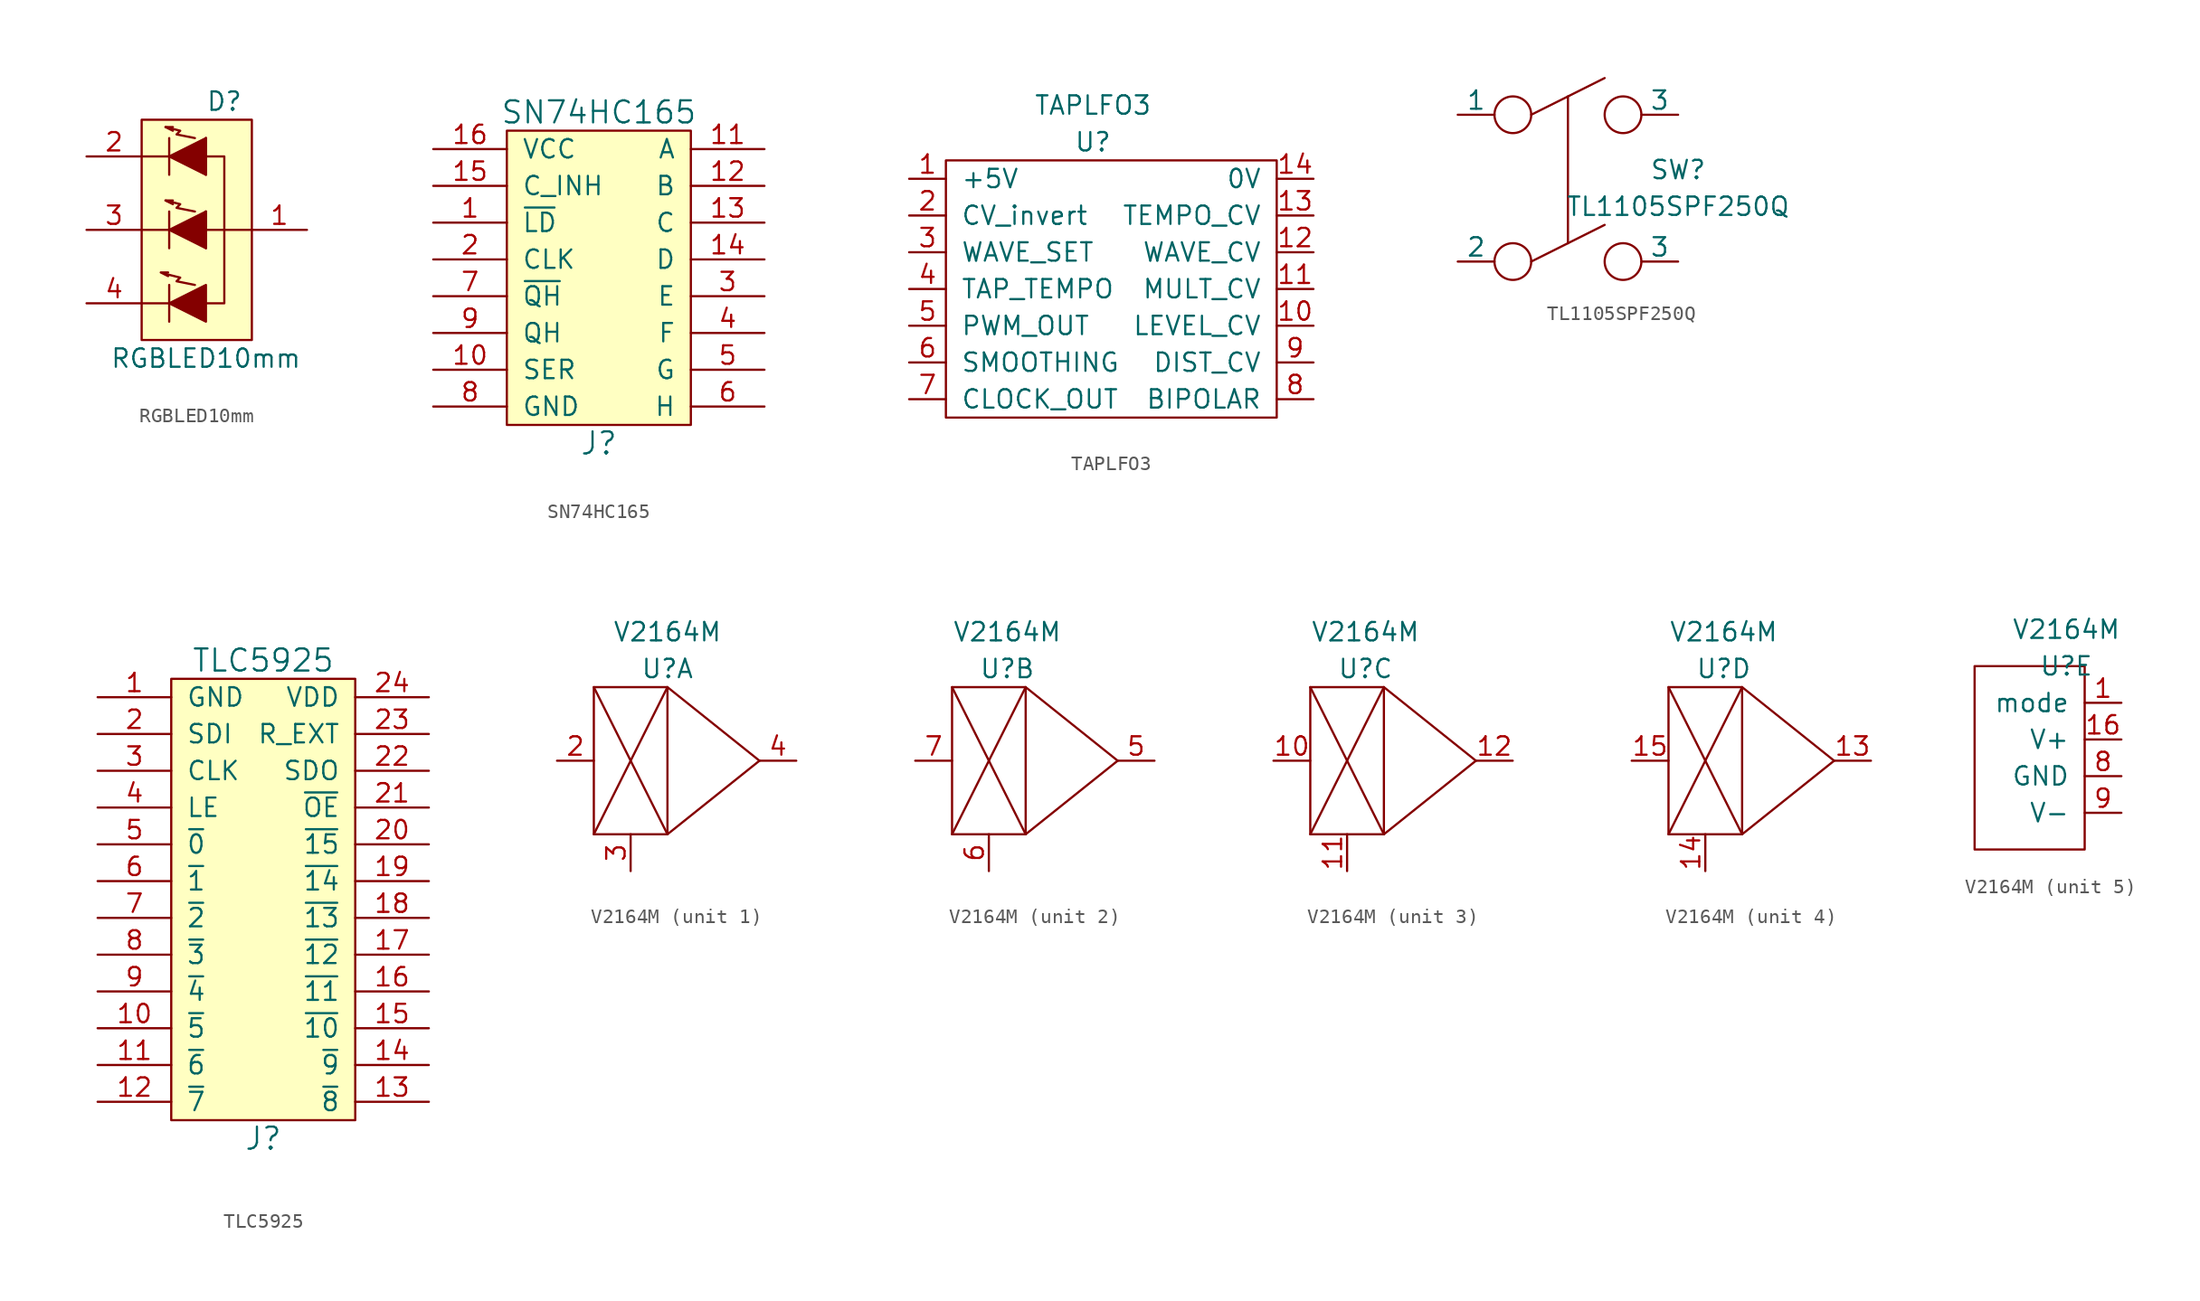
<source format=kicad_sym>
(kicad_symbol_lib
  (version 20211014)
  (generator kicad_symbol_editor)
  (symbol "RGBLED10mm"
    (pin_names
      (offset 1.27) hide)
    (property "Reference" "D"
      (at 1.905 8.89 0)
      (effects (font (size 1.27 1.27))))
    (property "Value" "RGBLED10mm"
      (at 0.635 -8.89 0)
      (effects (font (size 1.27 1.27))))
    (property "Footprint" ""
      (at -1.27 -1.27 0)
      (effects (font (size 1.27 1.27))))
    (property "Datasheet" ""
      (at -1.27 -1.27 0)
      (effects (font (size 1.27 1.27))))
    (symbol "RGBLED10mm_0_1"
      (polyline (pts (xy -1.905 -5.08) (xy -3.81 -5.08)) (stroke (width 0) (type default) (color 0 0 0 0)) (fill (type none)))
      (polyline (pts (xy -1.905 -3.81) (xy -1.905 -6.35)) (stroke (width 0) (type default) (color 0 0 0 0)) (fill (type none)))
      (polyline (pts (xy -1.905 0) (xy -3.81 0)) (stroke (width 0) (type default) (color 0 0 0 0)) (fill (type none)))
      (polyline (pts (xy -1.905 5.08) (xy -3.81 5.08)) (stroke (width 0) (type default) (color 0 0 0 0)) (fill (type none)))
      (polyline (pts (xy 0.635 0) (xy 3.81 0)) (stroke (width 0) (type default) (color 0 0 0 0)) (fill (type none)))
      (polyline (pts (xy -1.905 1.27) (xy -1.905 -1.27) (xy -1.905 -1.27)) (stroke (width 0) (type default) (color 0 0 0 0)) (fill (type none)))
      (polyline (pts (xy -1.905 6.35) (xy -1.905 3.81) (xy -1.905 3.81)) (stroke (width 0) (type default) (color 0 0 0 0)) (fill (type none)))
      (polyline (pts (xy -1.981 -2.946) (xy -2.489 -2.946) (xy -1.981 -3.2) (xy -1.981 -3.2)) (stroke (width 0) (type default) (color 0 0 0 0)) (fill (type none)))
      (polyline (pts (xy -1.651 2.032) (xy -2.159 2.032) (xy -1.651 1.778) (xy -1.651 1.778)) (stroke (width 0) (type default) (color 0 0 0 0)) (fill (type none)))
      (polyline (pts (xy -1.651 7.112) (xy -2.159 7.112) (xy -1.651 6.858) (xy -1.651 6.858)) (stroke (width 0) (type default) (color 0 0 0 0)) (fill (type none)))
      (polyline (pts (xy 0.635 5.08) (xy 1.905 5.08) (xy 1.905 -5.08) (xy 0.635 -5.08)) (stroke (width 0) (type default) (color 0 0 0 0)) (fill (type none)))
      (polyline (pts (xy -0.127 -3.81) (xy -1.397 -3.556) (xy -1.143 -3.302) (xy -2.159 -3.048) (xy -2.159 -3.048)) (stroke (width 0) (type default) (color 0 0 0 0)) (fill (type none)))
      (polyline (pts (xy 0.635 -3.81) (xy 0.635 -6.35) (xy -1.905 -5.08) (xy 0.635 -3.81) (xy 0.635 -3.81)) (stroke (width 0) (type default) (color 0 0 0 0)) (fill (type outline)))
      (polyline (pts (xy -0.127 1.27) (xy -1.397 1.524) (xy -1.143 1.778) (xy -2.159 2.032) (xy -2.159 2.032) (xy -2.159 2.032)) (stroke (width 0) (type default) (color 0 0 0 0)) (fill (type none)))
      (polyline (pts (xy -0.127 6.35) (xy -1.397 6.604) (xy -1.143 6.858) (xy -2.159 7.112) (xy -2.159 7.112) (xy -2.159 7.112)) (stroke (width 0) (type default) (color 0 0 0 0)) (fill (type none)))
      (polyline (pts (xy 0.635 1.27) (xy 0.635 -1.27) (xy -1.905 0) (xy 0.635 1.27) (xy 0.635 1.27) (xy 0.635 1.27)) (stroke (width 0) (type default) (color 0 0 0 0)) (fill (type outline)))
      (polyline (pts (xy 0.635 6.35) (xy 0.635 3.81) (xy -1.905 5.08) (xy 0.635 6.35) (xy 0.635 6.35) (xy 0.635 6.35)) (stroke (width 0) (type default) (color 0 0 0 0)) (fill (type outline)))
      (rectangle (start 0.635 -1.27) (end 0.635 1.27) (stroke (width 0) (type default) (color 0 0 0 0)) (fill (type none)))
      (rectangle (start 0.635 1.27) (end 0.635 1.27) (stroke (width 0) (type default) (color 0 0 0 0)) (fill (type none)))
      (rectangle (start 0.635 3.81) (end 0.635 6.35) (stroke (width 0) (type default) (color 0 0 0 0)) (fill (type none)))
      (rectangle (start 0.635 6.35) (end 0.635 6.35) (stroke (width 0) (type default) (color 0 0 0 0)) (fill (type none)))
      (rectangle (start 3.81 7.62) (end -3.81 -7.62) (stroke (width 0) (type default) (color 0 0 0 0)) (fill (type background))))
    (symbol "RGBLED10mm_1_1"
      (pin passive line (at 7.62 0 180) (length 3.81) (name "COMMON_ANODE" (effects (font (size 1.27 1.27)))) (number "1" (effects (font (size 1.27 1.27)))))
      (pin passive line (at -7.62 5.08 0) (length 3.81) (name "RED_CATHODE" (effects (font (size 1.27 1.27)))) (number "2" (effects (font (size 1.27 1.27)))))
      (pin passive line (at -7.62 0 0) (length 3.81) (name "GREEN_CATHODE" (effects (font (size 1.27 1.27)))) (number "3" (effects (font (size 1.27 1.27)))))
      (pin passive line (at -7.62 -5.08 0) (length 3.81) (name "BLUE_CATHODE" (effects (font (size 1.27 1.27)))) (number "4" (effects (font (size 1.27 1.27)))))))
  (symbol "SN74HC165"
    (pin_names
      (offset 1.016))
    (property "Reference" "J"
      (at 0 -11.43 0)
      (effects (font (size 1.524 1.524))))
    (property "Value" "SN74HC165"
      (at 0 11.43 0)
      (effects (font (size 1.524 1.524))))
    (property "Footprint" ""
      (at 0 1.27 0)
      (effects (font (size 1.524 1.524))))
    (property "Datasheet" ""
      (at 0 1.27 0)
      (effects (font (size 1.524 1.524))))
    (symbol "SN74HC165_0_1"
      (rectangle (start -6.35 10.16) (end 6.35 -10.16) (stroke (width 0) (type default) (color 0 0 0 0)) (fill (type background))))
    (symbol "SN74HC165_1_1"
      (pin input line (at -11.43 3.81 0) (length 5.08) (name "~{LD}" (effects (font (size 1.27 1.27)))) (number "1" (effects (font (size 1.27 1.27)))))
      (pin input line (at -11.43 -6.35 0) (length 5.08) (name "SER" (effects (font (size 1.27 1.27)))) (number "10" (effects (font (size 1.27 1.27)))))
      (pin input line (at 11.43 8.89 180) (length 5.08) (name "A" (effects (font (size 1.27 1.27)))) (number "11" (effects (font (size 1.27 1.27)))))
      (pin input line (at 11.43 6.35 180) (length 5.08) (name "B" (effects (font (size 1.27 1.27)))) (number "12" (effects (font (size 1.27 1.27)))))
      (pin input line (at 11.43 3.81 180) (length 5.08) (name "C" (effects (font (size 1.27 1.27)))) (number "13" (effects (font (size 1.27 1.27)))))
      (pin input line (at 11.43 1.27 180) (length 5.08) (name "D" (effects (font (size 1.27 1.27)))) (number "14" (effects (font (size 1.27 1.27)))))
      (pin input line (at -11.43 6.35 0) (length 5.08) (name "C_INH" (effects (font (size 1.27 1.27)))) (number "15" (effects (font (size 1.27 1.27)))))
      (pin power_in line (at -11.43 8.89 0) (length 5.08) (name "VCC" (effects (font (size 1.27 1.27)))) (number "16" (effects (font (size 1.27 1.27)))))
      (pin input line (at -11.43 1.27 0) (length 5.08) (name "CLK" (effects (font (size 1.27 1.27)))) (number "2" (effects (font (size 1.27 1.27)))))
      (pin input line (at 11.43 -1.27 180) (length 5.08) (name "E" (effects (font (size 1.27 1.27)))) (number "3" (effects (font (size 1.27 1.27)))))
      (pin input line (at 11.43 -3.81 180) (length 5.08) (name "F" (effects (font (size 1.27 1.27)))) (number "4" (effects (font (size 1.27 1.27)))))
      (pin input line (at 11.43 -6.35 180) (length 5.08) (name "G" (effects (font (size 1.27 1.27)))) (number "5" (effects (font (size 1.27 1.27)))))
      (pin input line (at 11.43 -8.89 180) (length 5.08) (name "H" (effects (font (size 1.27 1.27)))) (number "6" (effects (font (size 1.27 1.27)))))
      (pin output line (at -11.43 -1.27 0) (length 5.08) (name "~{QH}" (effects (font (size 1.27 1.27)))) (number "7" (effects (font (size 1.27 1.27)))))
      (pin power_in line (at -11.43 -8.89 0) (length 5.08) (name "GND" (effects (font (size 1.27 1.27)))) (number "8" (effects (font (size 1.27 1.27)))))
      (pin output line (at -11.43 -3.81 0) (length 5.08) (name "QH" (effects (font (size 1.27 1.27)))) (number "9" (effects (font (size 1.27 1.27)))))))
  (symbol "TAPLFO3"
    (pin_names
      (offset 1.016))
    (property "Reference" "U"
      (at -1.27 10.16 0)
      (effects (font (size 1.27 1.27))))
    (property "Value" "TAPLFO3"
      (at -1.27 12.7 0)
      (effects (font (size 1.27 1.27))))
    (symbol "TAPLFO3_0_1"
      (rectangle (start -11.43 8.89) (end 11.43 -8.89) (stroke (width 0) (type default) (color 0 0 0 0)) (fill (type none))))
    (symbol "TAPLFO3_1_1"
      (pin unspecified line (at -13.97 7.62 0) (length 2.54) (name "+5V" (effects (font (size 1.27 1.27)))) (number "1" (effects (font (size 1.27 1.27)))))
      (pin unspecified line (at 13.97 -2.54 180) (length 2.54) (name "LEVEL_CV" (effects (font (size 1.27 1.27)))) (number "10" (effects (font (size 1.27 1.27)))))
      (pin unspecified line (at 13.97 0 180) (length 2.54) (name "MULT_CV" (effects (font (size 1.27 1.27)))) (number "11" (effects (font (size 1.27 1.27)))))
      (pin unspecified line (at 13.97 2.54 180) (length 2.54) (name "WAVE_CV" (effects (font (size 1.27 1.27)))) (number "12" (effects (font (size 1.27 1.27)))))
      (pin unspecified line (at 13.97 5.08 180) (length 2.54) (name "TEMPO_CV" (effects (font (size 1.27 1.27)))) (number "13" (effects (font (size 1.27 1.27)))))
      (pin unspecified line (at 13.97 7.62 180) (length 2.54) (name "0V" (effects (font (size 1.27 1.27)))) (number "14" (effects (font (size 1.27 1.27)))))
      (pin unspecified line (at -13.97 5.08 0) (length 2.54) (name "CV_invert" (effects (font (size 1.27 1.27)))) (number "2" (effects (font (size 1.27 1.27)))))
      (pin unspecified line (at -13.97 2.54 0) (length 2.54) (name "WAVE_SET" (effects (font (size 1.27 1.27)))) (number "3" (effects (font (size 1.27 1.27)))))
      (pin unspecified line (at -13.97 0 0) (length 2.54) (name "TAP_TEMPO" (effects (font (size 1.27 1.27)))) (number "4" (effects (font (size 1.27 1.27)))))
      (pin unspecified line (at -13.97 -2.54 0) (length 2.54) (name "PWM_OUT" (effects (font (size 1.27 1.27)))) (number "5" (effects (font (size 1.27 1.27)))))
      (pin unspecified line (at -13.97 -5.08 0) (length 2.54) (name "SMOOTHING" (effects (font (size 1.27 1.27)))) (number "6" (effects (font (size 1.27 1.27)))))
      (pin unspecified line (at -13.97 -7.62 0) (length 2.54) (name "CLOCK_OUT" (effects (font (size 1.27 1.27)))) (number "7" (effects (font (size 1.27 1.27)))))
      (pin unspecified line (at 13.97 -7.62 180) (length 2.54) (name "BIPOLAR" (effects (font (size 1.27 1.27)))) (number "8" (effects (font (size 1.27 1.27)))))
      (pin unspecified line (at 13.97 -5.08 180) (length 2.54) (name "DIST_CV" (effects (font (size 1.27 1.27)))) (number "9" (effects (font (size 1.27 1.27)))))))
  (symbol "TL1105SPF250Q"
    (pin_numbers hide)
    (pin_names
      (offset 0))
    (property "Reference" "SW"
      (at 7.62 1.27 0)
      (effects (font (size 1.27 1.27))))
    (property "Value" "TL1105SPF250Q"
      (at 7.62 -1.27 0)
      (effects (font (size 1.27 1.27))))
    (property "Footprint" ""
      (at 0 0 0)
      (effects (font (size 1.27 1.27))))
    (property "Datasheet" ""
      (at 0 0 0)
      (effects (font (size 1.27 1.27))))
    (symbol "TL1105SPF250Q_0_0"
      (circle (center -3.81 -5.08) (radius 1.27) (stroke (width 0) (type default) (color 0 0 0 0)) (fill (type none)))
      (circle (center -3.81 5.08) (radius 1.27) (stroke (width 0) (type default) (color 0 0 0 0)) (fill (type none)))
      (polyline (pts (xy -2.54 -5.08) (xy 2.54 -2.54)) (stroke (width 0) (type default) (color 0 0 0 0)) (fill (type none)))
      (polyline (pts (xy -2.54 5.08) (xy 2.54 7.62)) (stroke (width 0) (type default) (color 0 0 0 0)) (fill (type none)))
      (polyline (pts (xy 0 6.35) (xy 0 -3.81)) (stroke (width 0) (type default) (color 0 0 0 0)) (fill (type none)))
      (circle (center 3.81 -5.08) (radius 1.27) (stroke (width 0) (type default) (color 0 0 0 0)) (fill (type none)))
      (circle (center 3.81 5.08) (radius 1.27) (stroke (width 0) (type default) (color 0 0 0 0)) (fill (type none))))
    (symbol "TL1105SPF250Q_1_1"
      (pin input line (at -7.62 5.08 0) (length 2.54) (name "1" (effects (font (size 1.27 1.27)))) (number "1" (effects (font (size 1.27 1.27)))))
      (pin input line (at -7.62 -5.08 0) (length 2.54) (name "2" (effects (font (size 1.27 1.27)))) (number "2" (effects (font (size 1.27 1.27)))))
      (pin input line (at 7.62 -5.08 180) (length 2.54) (name "3" (effects (font (size 1.27 1.27)))) (number "3" (effects (font (size 1.27 1.27)))))
      (pin input line (at 7.62 5.08 180) (length 2.54) (name "3" (effects (font (size 1.27 1.27)))) (number "3" (effects (font (size 1.27 1.27)))))))
  (symbol "TLC5925"
    (pin_names
      (offset 1.016))
    (property "Reference" "J"
      (at 0 -16.51 0)
      (effects (font (size 1.524 1.524))))
    (property "Value" "TLC5925"
      (at 0 16.51 0)
      (effects (font (size 1.524 1.524))))
    (property "Footprint" ""
      (at 0 1.27 0)
      (effects (font (size 1.524 1.524))))
    (property "Datasheet" ""
      (at 0 1.27 0)
      (effects (font (size 1.524 1.524))))
    (symbol "TLC5925_0_1"
      (rectangle (start -6.35 15.24) (end 6.35 -15.24) (stroke (width 0) (type default) (color 0 0 0 0)) (fill (type background))))
    (symbol "TLC5925_1_1"
      (pin power_in line (at -11.43 13.97 0) (length 5.08) (name "GND" (effects (font (size 1.27 1.27)))) (number "1" (effects (font (size 1.27 1.27)))))
      (pin output line (at -11.43 -8.89 0) (length 5.08) (name "~{5}" (effects (font (size 1.27 1.27)))) (number "10" (effects (font (size 1.27 1.27)))))
      (pin output line (at -11.43 -11.43 0) (length 5.08) (name "~{6}" (effects (font (size 1.27 1.27)))) (number "11" (effects (font (size 1.27 1.27)))))
      (pin output line (at -11.43 -13.97 0) (length 5.08) (name "~{7}" (effects (font (size 1.27 1.27)))) (number "12" (effects (font (size 1.27 1.27)))))
      (pin output line (at 11.43 -13.97 180) (length 5.08) (name "~{8}" (effects (font (size 1.27 1.27)))) (number "13" (effects (font (size 1.27 1.27)))))
      (pin output line (at 11.43 -11.43 180) (length 5.08) (name "~{9}" (effects (font (size 1.27 1.27)))) (number "14" (effects (font (size 1.27 1.27)))))
      (pin output line (at 11.43 -8.89 180) (length 5.08) (name "~{10}" (effects (font (size 1.27 1.27)))) (number "15" (effects (font (size 1.27 1.27)))))
      (pin output line (at 11.43 -6.35 180) (length 5.08) (name "~{11}" (effects (font (size 1.27 1.27)))) (number "16" (effects (font (size 1.27 1.27)))))
      (pin output line (at 11.43 -3.81 180) (length 5.08) (name "~{12}" (effects (font (size 1.27 1.27)))) (number "17" (effects (font (size 1.27 1.27)))))
      (pin output line (at 11.43 -1.27 180) (length 5.08) (name "~{13}" (effects (font (size 1.27 1.27)))) (number "18" (effects (font (size 1.27 1.27)))))
      (pin output line (at 11.43 1.27 180) (length 5.08) (name "~{14}" (effects (font (size 1.27 1.27)))) (number "19" (effects (font (size 1.27 1.27)))))
      (pin input line (at -11.43 11.43 0) (length 5.08) (name "SDI" (effects (font (size 1.27 1.27)))) (number "2" (effects (font (size 1.27 1.27)))))
      (pin output line (at 11.43 3.81 180) (length 5.08) (name "~{15}" (effects (font (size 1.27 1.27)))) (number "20" (effects (font (size 1.27 1.27)))))
      (pin input line (at 11.43 6.35 180) (length 5.08) (name "~{OE}" (effects (font (size 1.27 1.27)))) (number "21" (effects (font (size 1.27 1.27)))))
      (pin output line (at 11.43 8.89 180) (length 5.08) (name "SDO" (effects (font (size 1.27 1.27)))) (number "22" (effects (font (size 1.27 1.27)))))
      (pin input line (at 11.43 11.43 180) (length 5.08) (name "R_EXT" (effects (font (size 1.27 1.27)))) (number "23" (effects (font (size 1.27 1.27)))))
      (pin power_in line (at 11.43 13.97 180) (length 5.08) (name "VDD" (effects (font (size 1.27 1.27)))) (number "24" (effects (font (size 1.27 1.27)))))
      (pin input line (at -11.43 8.89 0) (length 5.08) (name "CLK" (effects (font (size 1.27 1.27)))) (number "3" (effects (font (size 1.27 1.27)))))
      (pin input line (at -11.43 6.35 0) (length 5.08) (name "LE" (effects (font (size 1.27 1.27)))) (number "4" (effects (font (size 1.27 1.27)))))
      (pin output line (at -11.43 3.81 0) (length 5.08) (name "~{0}" (effects (font (size 1.27 1.27)))) (number "5" (effects (font (size 1.27 1.27)))))
      (pin output line (at -11.43 1.27 0) (length 5.08) (name "~{1}" (effects (font (size 1.27 1.27)))) (number "6" (effects (font (size 1.27 1.27)))))
      (pin output line (at -11.43 -1.27 0) (length 5.08) (name "~{2}" (effects (font (size 1.27 1.27)))) (number "7" (effects (font (size 1.27 1.27)))))
      (pin output line (at -11.43 -3.81 0) (length 5.08) (name "~{3}" (effects (font (size 1.27 1.27)))) (number "8" (effects (font (size 1.27 1.27)))))
      (pin output line (at -11.43 -6.35 0) (length 5.08) (name "~{4}" (effects (font (size 1.27 1.27)))) (number "9" (effects (font (size 1.27 1.27)))))))
  (symbol "V2164M"
    (pin_names
      (offset 1.016))
    (property "Reference" "U"
      (at 1.27 6.35 0)
      (effects (font (size 1.27 1.27))))
    (property "Value" "V2164M"
      (at 1.27 8.89 0)
      (effects (font (size 1.27 1.27))))
    (property "ki_locked" ""
      (at 0 0 0)
      (effects (font (size 1.27 1.27))))
    (symbol "V2164M_1_1"
      (polyline (pts (xy -3.81 5.08) (xy 1.27 -5.08)) (stroke (width 0) (type default) (color 0 0 0 0)) (fill (type none)))
      (polyline (pts (xy 1.27 -5.08) (xy 7.62 0)) (stroke (width 0) (type default) (color 0 0 0 0)) (fill (type none)))
      (polyline (pts (xy 1.27 5.08) (xy -3.81 -5.08)) (stroke (width 0) (type default) (color 0 0 0 0)) (fill (type none)))
      (polyline (pts (xy 1.27 5.08) (xy 7.62 0)) (stroke (width 0) (type default) (color 0 0 0 0)) (fill (type none)))
      (rectangle (start 1.27 5.08) (end -3.81 -5.08) (stroke (width 0) (type default) (color 0 0 0 0)) (fill (type none)))
      (pin unspecified line (at -6.35 0 0) (length 2.54) (name "~" (effects (font (size 1.27 1.27)))) (number "2" (effects (font (size 1.27 1.27)))))
      (pin unspecified line (at -1.27 -7.62 90) (length 2.54) (name "~" (effects (font (size 1.27 1.27)))) (number "3" (effects (font (size 1.27 1.27)))))
      (pin unspecified line (at 10.16 0 180) (length 2.54) (name "~" (effects (font (size 1.27 1.27)))) (number "4" (effects (font (size 1.27 1.27))))))
    (symbol "V2164M_2_1"
      (polyline (pts (xy -2.54 5.08) (xy 2.54 -5.08)) (stroke (width 0) (type default) (color 0 0 0 0)) (fill (type none)))
      (polyline (pts (xy 2.54 -5.08) (xy 8.89 0)) (stroke (width 0) (type default) (color 0 0 0 0)) (fill (type none)))
      (polyline (pts (xy 2.54 5.08) (xy -2.54 -5.08)) (stroke (width 0) (type default) (color 0 0 0 0)) (fill (type none)))
      (polyline (pts (xy 2.54 5.08) (xy 8.89 0)) (stroke (width 0) (type default) (color 0 0 0 0)) (fill (type none)))
      (rectangle (start 2.54 5.08) (end -2.54 -5.08) (stroke (width 0) (type default) (color 0 0 0 0)) (fill (type none)))
      (pin unspecified line (at 11.43 0 180) (length 2.54) (name "~" (effects (font (size 1.27 1.27)))) (number "5" (effects (font (size 1.27 1.27)))))
      (pin unspecified line (at 0 -7.62 90) (length 2.54) (name "~" (effects (font (size 1.27 1.27)))) (number "6" (effects (font (size 1.27 1.27)))))
      (pin unspecified line (at -5.08 0 0) (length 2.54) (name "~" (effects (font (size 1.27 1.27)))) (number "7" (effects (font (size 1.27 1.27))))))
    (symbol "V2164M_3_1"
      (polyline (pts (xy -2.54 5.08) (xy 2.54 -5.08)) (stroke (width 0) (type default) (color 0 0 0 0)) (fill (type none)))
      (polyline (pts (xy 2.54 -5.08) (xy 8.89 0)) (stroke (width 0) (type default) (color 0 0 0 0)) (fill (type none)))
      (polyline (pts (xy 2.54 5.08) (xy -2.54 -5.08)) (stroke (width 0) (type default) (color 0 0 0 0)) (fill (type none)))
      (polyline (pts (xy 2.54 5.08) (xy 8.89 0)) (stroke (width 0) (type default) (color 0 0 0 0)) (fill (type none)))
      (rectangle (start 2.54 5.08) (end -2.54 -5.08) (stroke (width 0) (type default) (color 0 0 0 0)) (fill (type none)))
      (pin unspecified line (at -5.08 0 0) (length 2.54) (name "~" (effects (font (size 1.27 1.27)))) (number "10" (effects (font (size 1.27 1.27)))))
      (pin unspecified line (at 0 -7.62 90) (length 2.54) (name "~" (effects (font (size 1.27 1.27)))) (number "11" (effects (font (size 1.27 1.27)))))
      (pin unspecified line (at 11.43 0 180) (length 2.54) (name "~" (effects (font (size 1.27 1.27)))) (number "12" (effects (font (size 1.27 1.27))))))
    (symbol "V2164M_4_1"
      (polyline (pts (xy -2.54 5.08) (xy 2.54 -5.08)) (stroke (width 0) (type default) (color 0 0 0 0)) (fill (type none)))
      (polyline (pts (xy 2.54 -5.08) (xy 8.89 0)) (stroke (width 0) (type default) (color 0 0 0 0)) (fill (type none)))
      (polyline (pts (xy 2.54 5.08) (xy -2.54 -5.08)) (stroke (width 0) (type default) (color 0 0 0 0)) (fill (type none)))
      (polyline (pts (xy 2.54 5.08) (xy 8.89 0)) (stroke (width 0) (type default) (color 0 0 0 0)) (fill (type none)))
      (rectangle (start 2.54 5.08) (end -2.54 -5.08) (stroke (width 0) (type default) (color 0 0 0 0)) (fill (type none)))
      (pin unspecified line (at 11.43 0 180) (length 2.54) (name "~" (effects (font (size 1.27 1.27)))) (number "13" (effects (font (size 1.27 1.27)))))
      (pin unspecified line (at 0 -7.62 90) (length 2.54) (name "~" (effects (font (size 1.27 1.27)))) (number "14" (effects (font (size 1.27 1.27)))))
      (pin unspecified line (at -5.08 0 0) (length 2.54) (name "~" (effects (font (size 1.27 1.27)))) (number "15" (effects (font (size 1.27 1.27))))))
    (symbol "V2164M_5_1"
      (rectangle (start 2.54 6.35) (end -5.08 -6.35) (stroke (width 0) (type default) (color 0 0 0 0)) (fill (type none)))
      (pin unspecified line (at 5.08 3.81 180) (length 2.54) (name "mode" (effects (font (size 1.27 1.27)))) (number "1" (effects (font (size 1.27 1.27)))))
      (pin unspecified line (at 5.08 1.27 180) (length 2.54) (name "V+" (effects (font (size 1.27 1.27)))) (number "16" (effects (font (size 1.27 1.27)))))
      (pin unspecified line (at 5.08 -1.27 180) (length 2.54) (name "GND" (effects (font (size 1.27 1.27)))) (number "8" (effects (font (size 1.27 1.27)))))
      (pin unspecified line (at 5.08 -3.81 180) (length 2.54) (name "V-" (effects (font (size 1.27 1.27)))) (number "9" (effects (font (size 1.27 1.27))))))))
</source>
